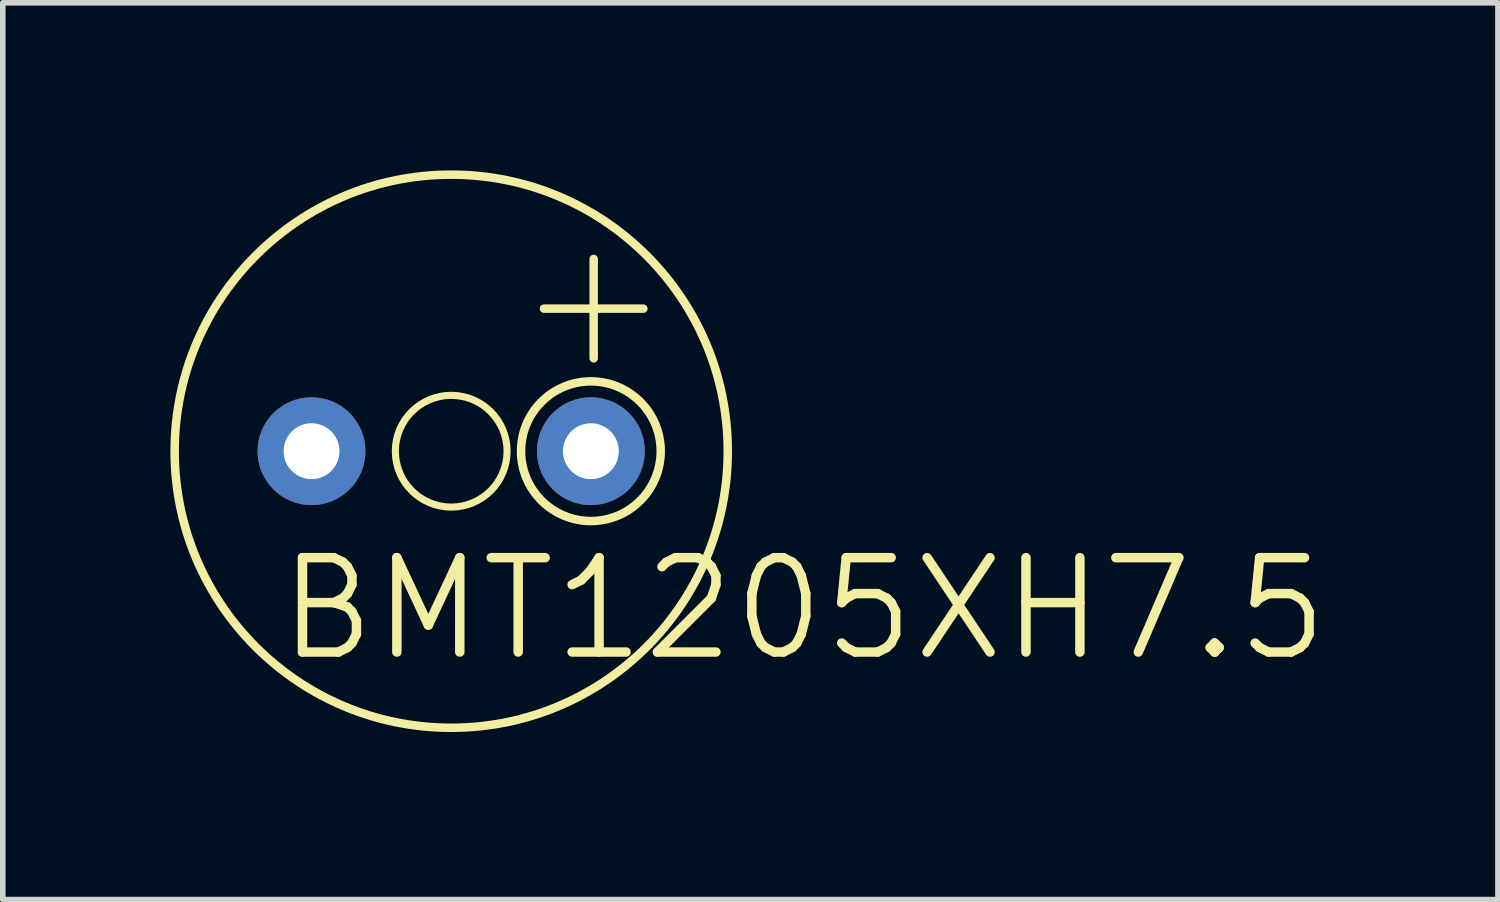
<source format=kicad_pcb>
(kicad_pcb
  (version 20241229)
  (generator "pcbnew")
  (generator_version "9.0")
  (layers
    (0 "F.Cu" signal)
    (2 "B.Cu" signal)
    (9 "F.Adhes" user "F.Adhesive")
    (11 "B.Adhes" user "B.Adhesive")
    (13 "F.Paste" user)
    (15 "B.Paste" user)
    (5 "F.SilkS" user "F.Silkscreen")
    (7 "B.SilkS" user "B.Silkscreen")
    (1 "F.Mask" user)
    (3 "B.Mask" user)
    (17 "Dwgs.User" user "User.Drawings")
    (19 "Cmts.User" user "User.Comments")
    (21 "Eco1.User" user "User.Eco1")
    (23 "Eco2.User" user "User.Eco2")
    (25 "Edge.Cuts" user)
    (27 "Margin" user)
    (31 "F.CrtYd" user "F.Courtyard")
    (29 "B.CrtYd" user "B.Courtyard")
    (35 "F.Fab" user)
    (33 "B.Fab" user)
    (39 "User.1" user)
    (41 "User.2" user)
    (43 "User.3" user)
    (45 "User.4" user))
  (footprint "BMT1205XH7.5"
    (layer "F.Cu")
    (at 5.026 5.026)
    (property "Reference" "BMT1205XH7.5" (at -3.175 3.81 0) (layer "F.SilkS") (effects (font (size 1.689 1.689) (thickness 0.169)) (justify left bottom)))
    (attr through_hole)
    (fp_line (start 1.661 -2.552) (end 3.439 -2.552) (stroke (width 0.152) (type solid)) (layer "F.SilkS"))
    (fp_line (start 2.55 -3.441) (end 2.55 -1.663) (stroke (width 0.152) (type solid)) (layer "F.SilkS"))
    (fp_circle (center 0 0) (end 1 0) (stroke (width 0.127) (type solid)) (fill no) (layer "F.SilkS"))
    (fp_circle (center 0 0) (end 4.95 0) (stroke (width 0.152) (type solid)) (fill no) (layer "F.SilkS"))
    (fp_circle (center 2.5 0) (end 3.75 0) (stroke (width 0.152) (type solid)) (fill no) (layer "F.SilkS"))
    (pad "+" thru_hole circle (at 2.5 0) (size 1.93 1.93) (drill 1) (layers "*.Cu" "*.Mask"))
    (pad "-" thru_hole circle (at -2.5 0) (size 1.93 1.93) (drill 1) (layers "*.Cu" "*.Mask")))
  (gr_rect
    (start -3 -3)
    (end 23.761 13.052)
    (stroke (width 0.1) (type default))
    (fill no)
    (layer "Edge.Cuts")))
</source>
